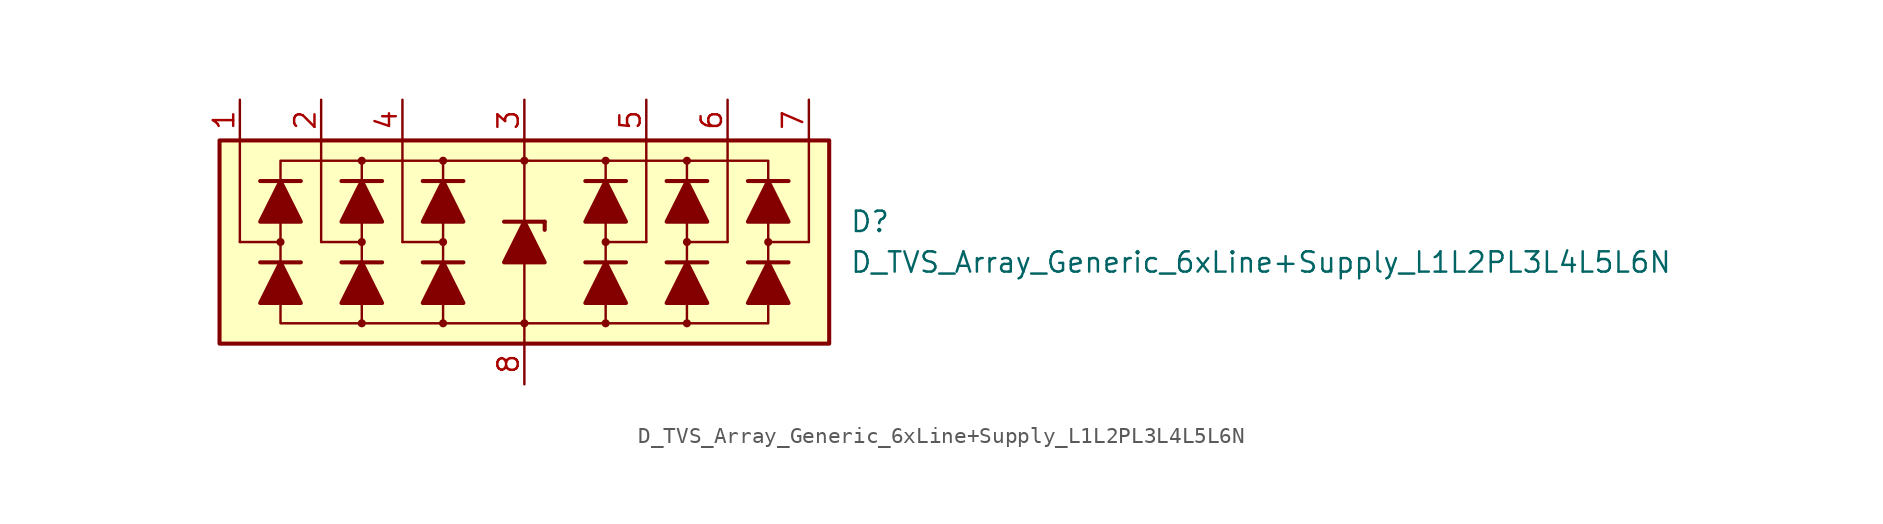
<source format=kicad_sym>
(kicad_symbol_lib
  (version 20211014)
  (generator kicad_symbol_editor)
  (symbol "D_TVS_Array_Generic_6xLine+Supply_L1L2PL3L4L5L6N"
    (pin_names
      (offset 1.016) hide)
    (property "Reference" "D"
      (at 20.32 1.27 0)
      (effects (font (size 1.27 1.27)) (justify left)))
    (property "Value" "D_TVS_Array_Generic_6xLine+Supply_L1L2PL3L4L5L6N"
      (at 20.32 -1.27 0)
      (effects (font (size 1.27 1.27)) (justify left)))
    (symbol "D_TVS_Array_Generic_6xLine+Supply_L1L2PL3L4L5L6N_0_1"
      (rectangle (start -19.05 6.35) (end 19.05 -6.35) (stroke (width 0.254) (type default) (color 0 0 0 0)) (fill (type background)))
      (circle (center -5.08 0) (radius 0.178) (stroke (width 0) (type default) (color 0 0 0 0)) (fill (type outline)))
      (polyline (pts (xy -7.62 0) (xy -7.62 6.35)) (stroke (width 0) (type default) (color 0 0 0 0)) (fill (type none)))
      (polyline (pts (xy -5.08 -1.27) (xy -5.08 1.27)) (stroke (width 0) (type default) (color 0 0 0 0)) (fill (type none)))
      (polyline (pts (xy -5.08 0) (xy -7.62 0)) (stroke (width 0) (type default) (color 0 0 0 0)) (fill (type none)))
      (polyline (pts (xy 0 -5.08) (xy 0 -6.35)) (stroke (width 0) (type default) (color 0 0 0 0)) (fill (type none)))
      (polyline (pts (xy 0 -1.27) (xy 0 -5.08)) (stroke (width 0) (type default) (color 0 0 0 0)) (fill (type none)))
      (polyline (pts (xy 0 1.27) (xy 0 6.35)) (stroke (width 0) (type default) (color 0 0 0 0)) (fill (type none)))
      (polyline (pts (xy 5.08 -1.27) (xy 5.08 1.27)) (stroke (width 0) (type default) (color 0 0 0 0)) (fill (type none)))
      (polyline (pts (xy 5.08 0) (xy 7.62 0)) (stroke (width 0) (type default) (color 0 0 0 0)) (fill (type none)))
      (polyline (pts (xy 7.62 0) (xy 7.62 6.35)) (stroke (width 0) (type default) (color 0 0 0 0)) (fill (type none)))
      (polyline (pts (xy -5.08 -5.08) (xy -10.16 -5.08) (xy -10.16 5.08) (xy -5.08 5.08)) (stroke (width 0) (type default) (color 0 0 0 0)) (fill (type none)))
      (polyline (pts (xy -5.08 -3.81) (xy -5.08 -5.08) (xy 5.08 -5.08) (xy 5.08 -3.81)) (stroke (width 0) (type default) (color 0 0 0 0)) (fill (type none)))
      (polyline (pts (xy -5.08 3.81) (xy -5.08 5.08) (xy 5.08 5.08) (xy 5.08 3.81)) (stroke (width 0) (type default) (color 0 0 0 0)) (fill (type none)))
      (polyline (pts (xy 5.08 -5.08) (xy 10.16 -5.08) (xy 10.16 5.08) (xy 5.08 5.08)) (stroke (width 0) (type default) (color 0 0 0 0)) (fill (type none)))
      (circle (center 0 5.08) (radius 0.178) (stroke (width 0) (type default) (color 0 0 0 0)) (fill (type outline)))
      (circle (center 5.08 0) (radius 0.178) (stroke (width 0) (type default) (color 0 0 0 0)) (fill (type outline))))
    (symbol "D_TVS_Array_Generic_6xLine+Supply_L1L2PL3L4L5L6N_1_1"
      (circle (center -15.24 0) (radius 0.178) (stroke (width 0) (type default) (color 0 0 0 0)) (fill (type outline)))
      (circle (center -10.16 -5.08) (radius 0.178) (stroke (width 0) (type default) (color 0 0 0 0)) (fill (type outline)))
      (circle (center -10.16 0) (radius 0.178) (stroke (width 0) (type default) (color 0 0 0 0)) (fill (type outline)))
      (circle (center -10.16 5.08) (radius 0.178) (stroke (width 0) (type default) (color 0 0 0 0)) (fill (type outline)))
      (circle (center -5.08 -5.08) (radius 0.178) (stroke (width 0) (type default) (color 0 0 0 0)) (fill (type outline)))
      (circle (center -5.08 5.08) (radius 0.178) (stroke (width 0) (type default) (color 0 0 0 0)) (fill (type outline)))
      (circle (center 0 -5.08) (radius 0.178) (stroke (width 0) (type default) (color 0 0 0 0)) (fill (type outline)))
      (polyline (pts (xy -17.78 0) (xy -17.78 6.35)) (stroke (width 0) (type default) (color 0 0 0 0)) (fill (type none)))
      (polyline (pts (xy -15.24 0) (xy -17.78 0)) (stroke (width 0) (type default) (color 0 0 0 0)) (fill (type none)))
      (polyline (pts (xy -13.97 -1.27) (xy -16.51 -1.27)) (stroke (width 0.254) (type default) (color 0 0 0 0)) (fill (type none)))
      (polyline (pts (xy -13.97 3.81) (xy -16.51 3.81)) (stroke (width 0.254) (type default) (color 0 0 0 0)) (fill (type none)))
      (polyline (pts (xy -12.7 0) (xy -12.7 6.35)) (stroke (width 0) (type default) (color 0 0 0 0)) (fill (type none)))
      (polyline (pts (xy -10.16 0) (xy -12.7 0)) (stroke (width 0) (type default) (color 0 0 0 0)) (fill (type none)))
      (polyline (pts (xy -8.89 -1.27) (xy -11.43 -1.27)) (stroke (width 0.254) (type default) (color 0 0 0 0)) (fill (type none)))
      (polyline (pts (xy -8.89 3.81) (xy -11.43 3.81)) (stroke (width 0.254) (type default) (color 0 0 0 0)) (fill (type none)))
      (polyline (pts (xy -5.08 -3.81) (xy -5.08 -1.27)) (stroke (width 0) (type default) (color 0 0 0 0)) (fill (type none)))
      (polyline (pts (xy -5.08 1.27) (xy -5.08 3.81)) (stroke (width 0) (type default) (color 0 0 0 0)) (fill (type none)))
      (polyline (pts (xy -3.81 -1.27) (xy -6.35 -1.27)) (stroke (width 0.254) (type default) (color 0 0 0 0)) (fill (type none)))
      (polyline (pts (xy -3.81 3.81) (xy -6.35 3.81)) (stroke (width 0.254) (type default) (color 0 0 0 0)) (fill (type none)))
      (polyline (pts (xy -1.27 1.27) (xy 1.27 1.27)) (stroke (width 0.254) (type default) (color 0 0 0 0)) (fill (type none)))
      (polyline (pts (xy 0 -1.27) (xy 0 1.27)) (stroke (width 0) (type default) (color 0 0 0 0)) (fill (type none)))
      (polyline (pts (xy 1.27 1.27) (xy 1.27 0.762)) (stroke (width 0.254) (type default) (color 0 0 0 0)) (fill (type none)))
      (polyline (pts (xy 5.08 -3.81) (xy 5.08 -1.27)) (stroke (width 0) (type default) (color 0 0 0 0)) (fill (type none)))
      (polyline (pts (xy 5.08 1.27) (xy 5.08 3.81)) (stroke (width 0) (type default) (color 0 0 0 0)) (fill (type none)))
      (polyline (pts (xy 6.35 -1.27) (xy 3.81 -1.27)) (stroke (width 0.254) (type default) (color 0 0 0 0)) (fill (type none)))
      (polyline (pts (xy 6.35 3.81) (xy 3.81 3.81)) (stroke (width 0.254) (type default) (color 0 0 0 0)) (fill (type none)))
      (polyline (pts (xy 10.16 0) (xy 12.7 0)) (stroke (width 0) (type default) (color 0 0 0 0)) (fill (type none)))
      (polyline (pts (xy 11.43 -1.27) (xy 8.89 -1.27)) (stroke (width 0.254) (type default) (color 0 0 0 0)) (fill (type none)))
      (polyline (pts (xy 11.43 3.81) (xy 8.89 3.81)) (stroke (width 0.254) (type default) (color 0 0 0 0)) (fill (type none)))
      (polyline (pts (xy 12.7 0) (xy 12.7 6.35)) (stroke (width 0) (type default) (color 0 0 0 0)) (fill (type none)))
      (polyline (pts (xy 15.24 0) (xy 17.78 0)) (stroke (width 0) (type default) (color 0 0 0 0)) (fill (type none)))
      (polyline (pts (xy 16.51 -1.27) (xy 13.97 -1.27)) (stroke (width 0.254) (type default) (color 0 0 0 0)) (fill (type none)))
      (polyline (pts (xy 16.51 3.81) (xy 13.97 3.81)) (stroke (width 0.254) (type default) (color 0 0 0 0)) (fill (type none)))
      (polyline (pts (xy 17.78 0) (xy 17.78 6.35)) (stroke (width 0) (type default) (color 0 0 0 0)) (fill (type none)))
      (polyline (pts (xy -13.97 -3.81) (xy -16.51 -3.81) (xy -15.24 -1.27) (xy -13.97 -3.81)) (stroke (width 0.254) (type default) (color 0 0 0 0)) (fill (type outline)))
      (polyline (pts (xy -13.97 1.27) (xy -16.51 1.27) (xy -15.24 3.81) (xy -13.97 1.27)) (stroke (width 0.254) (type default) (color 0 0 0 0)) (fill (type outline)))
      (polyline (pts (xy -10.16 -5.08) (xy -15.24 -5.08) (xy -15.24 5.08) (xy -10.16 5.08)) (stroke (width 0) (type default) (color 0 0 0 0)) (fill (type none)))
      (polyline (pts (xy -8.89 -3.81) (xy -11.43 -3.81) (xy -10.16 -1.27) (xy -8.89 -3.81)) (stroke (width 0.254) (type default) (color 0 0 0 0)) (fill (type outline)))
      (polyline (pts (xy -8.89 1.27) (xy -11.43 1.27) (xy -10.16 3.81) (xy -8.89 1.27)) (stroke (width 0.254) (type default) (color 0 0 0 0)) (fill (type outline)))
      (polyline (pts (xy -3.81 -3.81) (xy -6.35 -3.81) (xy -5.08 -1.27) (xy -3.81 -3.81)) (stroke (width 0.254) (type default) (color 0 0 0 0)) (fill (type outline)))
      (polyline (pts (xy -3.81 1.27) (xy -6.35 1.27) (xy -5.08 3.81) (xy -3.81 1.27)) (stroke (width 0.254) (type default) (color 0 0 0 0)) (fill (type outline)))
      (polyline (pts (xy 1.27 -1.27) (xy -1.27 -1.27) (xy 0 1.27) (xy 1.27 -1.27)) (stroke (width 0.254) (type default) (color 0 0 0 0)) (fill (type outline)))
      (polyline (pts (xy 6.35 -3.81) (xy 3.81 -3.81) (xy 5.08 -1.27) (xy 6.35 -3.81)) (stroke (width 0.254) (type default) (color 0 0 0 0)) (fill (type outline)))
      (polyline (pts (xy 6.35 1.27) (xy 3.81 1.27) (xy 5.08 3.81) (xy 6.35 1.27)) (stroke (width 0.254) (type default) (color 0 0 0 0)) (fill (type outline)))
      (polyline (pts (xy 10.16 -5.08) (xy 15.24 -5.08) (xy 15.24 5.08) (xy 10.16 5.08)) (stroke (width 0) (type default) (color 0 0 0 0)) (fill (type none)))
      (polyline (pts (xy 11.43 -3.81) (xy 8.89 -3.81) (xy 10.16 -1.27) (xy 11.43 -3.81)) (stroke (width 0.254) (type default) (color 0 0 0 0)) (fill (type outline)))
      (polyline (pts (xy 11.43 1.27) (xy 8.89 1.27) (xy 10.16 3.81) (xy 11.43 1.27)) (stroke (width 0.254) (type default) (color 0 0 0 0)) (fill (type outline)))
      (polyline (pts (xy 16.51 -3.81) (xy 13.97 -3.81) (xy 15.24 -1.27) (xy 16.51 -3.81)) (stroke (width 0.254) (type default) (color 0 0 0 0)) (fill (type outline)))
      (polyline (pts (xy 16.51 1.27) (xy 13.97 1.27) (xy 15.24 3.81) (xy 16.51 1.27)) (stroke (width 0.254) (type default) (color 0 0 0 0)) (fill (type outline)))
      (circle (center 5.08 -5.08) (radius 0.178) (stroke (width 0) (type default) (color 0 0 0 0)) (fill (type outline)))
      (circle (center 5.08 5.08) (radius 0.178) (stroke (width 0) (type default) (color 0 0 0 0)) (fill (type outline)))
      (circle (center 10.16 -5.08) (radius 0.178) (stroke (width 0) (type default) (color 0 0 0 0)) (fill (type outline)))
      (circle (center 10.16 0) (radius 0.178) (stroke (width 0) (type default) (color 0 0 0 0)) (fill (type outline)))
      (circle (center 10.16 5.08) (radius 0.178) (stroke (width 0) (type default) (color 0 0 0 0)) (fill (type outline)))
      (circle (center 15.24 0) (radius 0.178) (stroke (width 0) (type default) (color 0 0 0 0)) (fill (type outline)))
      (pin passive line (at -17.78 8.89 270) (length 2.54) (name "L1" (effects (font (size 1.27 1.27)))) (number "1" (effects (font (size 1.27 1.27)))))
      (pin passive line (at -12.7 8.89 270) (length 2.54) (name "L2" (effects (font (size 1.27 1.27)))) (number "2" (effects (font (size 1.27 1.27)))))
      (pin passive line (at 0 8.89 270) (length 2.54) (name "VP" (effects (font (size 1.27 1.27)))) (number "3" (effects (font (size 1.27 1.27)))))
      (pin passive line (at -7.62 8.89 270) (length 2.54) (name "L3" (effects (font (size 1.27 1.27)))) (number "4" (effects (font (size 1.27 1.27)))))
      (pin passive line (at 7.62 8.89 270) (length 2.54) (name "L4" (effects (font (size 1.27 1.27)))) (number "5" (effects (font (size 1.27 1.27)))))
      (pin passive line (at 12.7 8.89 270) (length 2.54) (name "L5" (effects (font (size 1.27 1.27)))) (number "6" (effects (font (size 1.27 1.27)))))
      (pin passive line (at 17.78 8.89 270) (length 2.54) (name "L6" (effects (font (size 1.27 1.27)))) (number "7" (effects (font (size 1.27 1.27)))))
      (pin passive line (at 0 -8.89 90) (length 2.54) (name "VN" (effects (font (size 1.27 1.27)))) (number "8" (effects (font (size 1.27 1.27))))))))
</source>
